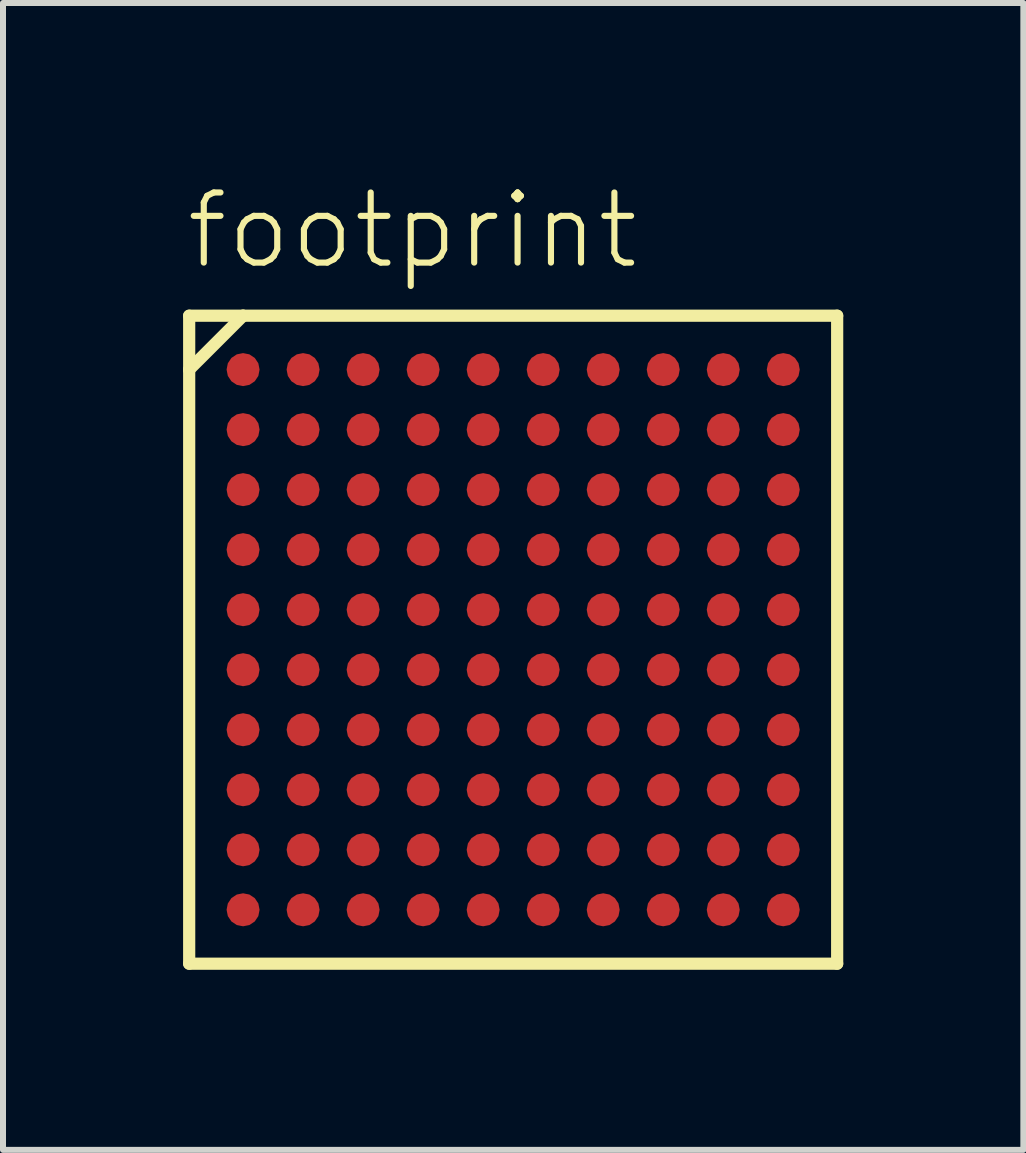
<source format=kicad_pcb>
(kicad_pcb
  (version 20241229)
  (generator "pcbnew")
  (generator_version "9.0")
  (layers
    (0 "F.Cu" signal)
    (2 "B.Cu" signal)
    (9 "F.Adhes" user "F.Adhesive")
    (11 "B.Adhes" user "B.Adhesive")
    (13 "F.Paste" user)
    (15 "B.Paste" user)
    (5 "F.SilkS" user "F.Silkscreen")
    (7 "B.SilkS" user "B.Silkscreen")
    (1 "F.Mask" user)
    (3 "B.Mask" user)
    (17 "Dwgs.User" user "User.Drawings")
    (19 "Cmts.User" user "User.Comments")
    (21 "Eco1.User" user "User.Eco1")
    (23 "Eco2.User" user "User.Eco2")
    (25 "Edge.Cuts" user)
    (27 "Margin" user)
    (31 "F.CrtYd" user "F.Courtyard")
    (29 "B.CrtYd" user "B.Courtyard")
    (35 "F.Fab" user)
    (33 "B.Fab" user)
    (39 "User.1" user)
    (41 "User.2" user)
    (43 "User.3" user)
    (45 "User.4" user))
  (footprint "footprint"
    (layer "F.Cu")
    (at 5.5 7.608)
    (property "Reference" "footprint" (at -5.5 -6.135 0) (layer "F.SilkS") (effects (font (size 1.168 1.168) (thickness 0.102)) (justify left bottom)))
    (fp_circle (center -4.5 -4.5) (end -4.388 -4.5) (stroke (width 0.225) (type solid)) (fill yes) (layer "F.Mask"))
    (fp_circle (center -4.5 -3.5) (end -4.388 -3.5) (stroke (width 0.225) (type solid)) (fill yes) (layer "F.Mask"))
    (fp_circle (center -4.5 -2.5) (end -4.388 -2.5) (stroke (width 0.225) (type solid)) (fill yes) (layer "F.Mask"))
    (fp_circle (center -4.5 -1.5) (end -4.388 -1.5) (stroke (width 0.225) (type solid)) (fill yes) (layer "F.Mask"))
    (fp_circle (center -4.5 -0.5) (end -4.388 -0.5) (stroke (width 0.225) (type solid)) (fill yes) (layer "F.Mask"))
    (fp_circle (center -4.5 0.5) (end -4.388 0.5) (stroke (width 0.225) (type solid)) (fill yes) (layer "F.Mask"))
    (fp_circle (center -4.5 1.5) (end -4.388 1.5) (stroke (width 0.225) (type solid)) (fill yes) (layer "F.Mask"))
    (fp_circle (center -4.5 2.5) (end -4.388 2.5) (stroke (width 0.225) (type solid)) (fill yes) (layer "F.Mask"))
    (fp_circle (center -4.5 3.5) (end -4.388 3.5) (stroke (width 0.225) (type solid)) (fill yes) (layer "F.Mask"))
    (fp_circle (center -4.5 4.5) (end -4.388 4.5) (stroke (width 0.225) (type solid)) (fill yes) (layer "F.Mask"))
    (fp_circle (center -3.5 -4.5) (end -3.388 -4.5) (stroke (width 0.225) (type solid)) (fill yes) (layer "F.Mask"))
    (fp_circle (center -3.5 -3.5) (end -3.388 -3.5) (stroke (width 0.225) (type solid)) (fill yes) (layer "F.Mask"))
    (fp_circle (center -3.5 -2.5) (end -3.388 -2.5) (stroke (width 0.225) (type solid)) (fill yes) (layer "F.Mask"))
    (fp_circle (center -3.5 -1.5) (end -3.388 -1.5) (stroke (width 0.225) (type solid)) (fill yes) (layer "F.Mask"))
    (fp_circle (center -3.5 -0.5) (end -3.388 -0.5) (stroke (width 0.225) (type solid)) (fill yes) (layer "F.Mask"))
    (fp_circle (center -3.5 0.5) (end -3.388 0.5) (stroke (width 0.225) (type solid)) (fill yes) (layer "F.Mask"))
    (fp_circle (center -3.5 1.5) (end -3.388 1.5) (stroke (width 0.225) (type solid)) (fill yes) (layer "F.Mask"))
    (fp_circle (center -3.5 2.5) (end -3.388 2.5) (stroke (width 0.225) (type solid)) (fill yes) (layer "F.Mask"))
    (fp_circle (center -3.5 3.5) (end -3.388 3.5) (stroke (width 0.225) (type solid)) (fill yes) (layer "F.Mask"))
    (fp_circle (center -3.5 4.5) (end -3.388 4.5) (stroke (width 0.225) (type solid)) (fill yes) (layer "F.Mask"))
    (fp_circle (center -2.5 -4.5) (end -2.388 -4.5) (stroke (width 0.225) (type solid)) (fill yes) (layer "F.Mask"))
    (fp_circle (center -2.5 -3.5) (end -2.388 -3.5) (stroke (width 0.225) (type solid)) (fill yes) (layer "F.Mask"))
    (fp_circle (center -2.5 -2.5) (end -2.388 -2.5) (stroke (width 0.225) (type solid)) (fill yes) (layer "F.Mask"))
    (fp_circle (center -2.5 -1.5) (end -2.388 -1.5) (stroke (width 0.225) (type solid)) (fill yes) (layer "F.Mask"))
    (fp_circle (center -2.5 -0.5) (end -2.388 -0.5) (stroke (width 0.225) (type solid)) (fill yes) (layer "F.Mask"))
    (fp_circle (center -2.5 0.5) (end -2.388 0.5) (stroke (width 0.225) (type solid)) (fill yes) (layer "F.Mask"))
    (fp_circle (center -2.5 1.5) (end -2.388 1.5) (stroke (width 0.225) (type solid)) (fill yes) (layer "F.Mask"))
    (fp_circle (center -2.5 2.5) (end -2.388 2.5) (stroke (width 0.225) (type solid)) (fill yes) (layer "F.Mask"))
    (fp_circle (center -2.5 3.5) (end -2.388 3.5) (stroke (width 0.225) (type solid)) (fill yes) (layer "F.Mask"))
    (fp_circle (center -2.5 4.5) (end -2.388 4.5) (stroke (width 0.225) (type solid)) (fill yes) (layer "F.Mask"))
    (fp_circle (center -1.5 -4.5) (end -1.387 -4.5) (stroke (width 0.225) (type solid)) (fill yes) (layer "F.Mask"))
    (fp_circle (center -1.5 -3.5) (end -1.387 -3.5) (stroke (width 0.225) (type solid)) (fill yes) (layer "F.Mask"))
    (fp_circle (center -1.5 -2.5) (end -1.387 -2.5) (stroke (width 0.225) (type solid)) (fill yes) (layer "F.Mask"))
    (fp_circle (center -1.5 -1.5) (end -1.387 -1.5) (stroke (width 0.225) (type solid)) (fill yes) (layer "F.Mask"))
    (fp_circle (center -1.5 -0.5) (end -1.387 -0.5) (stroke (width 0.225) (type solid)) (fill yes) (layer "F.Mask"))
    (fp_circle (center -1.5 0.5) (end -1.387 0.5) (stroke (width 0.225) (type solid)) (fill yes) (layer "F.Mask"))
    (fp_circle (center -1.5 1.5) (end -1.387 1.5) (stroke (width 0.225) (type solid)) (fill yes) (layer "F.Mask"))
    (fp_circle (center -1.5 2.5) (end -1.387 2.5) (stroke (width 0.225) (type solid)) (fill yes) (layer "F.Mask"))
    (fp_circle (center -1.5 3.5) (end -1.387 3.5) (stroke (width 0.225) (type solid)) (fill yes) (layer "F.Mask"))
    (fp_circle (center -1.5 4.5) (end -1.387 4.5) (stroke (width 0.225) (type solid)) (fill yes) (layer "F.Mask"))
    (fp_circle (center -0.5 -4.5) (end -0.388 -4.5) (stroke (width 0.225) (type solid)) (fill yes) (layer "F.Mask"))
    (fp_circle (center -0.5 -3.5) (end -0.388 -3.5) (stroke (width 0.225) (type solid)) (fill yes) (layer "F.Mask"))
    (fp_circle (center -0.5 -2.5) (end -0.388 -2.5) (stroke (width 0.225) (type solid)) (fill yes) (layer "F.Mask"))
    (fp_circle (center -0.5 -1.5) (end -0.388 -1.5) (stroke (width 0.225) (type solid)) (fill yes) (layer "F.Mask"))
    (fp_circle (center -0.5 -0.5) (end -0.388 -0.5) (stroke (width 0.225) (type solid)) (fill yes) (layer "F.Mask"))
    (fp_circle (center -0.5 0.5) (end -0.388 0.5) (stroke (width 0.225) (type solid)) (fill yes) (layer "F.Mask"))
    (fp_circle (center -0.5 1.5) (end -0.388 1.5) (stroke (width 0.225) (type solid)) (fill yes) (layer "F.Mask"))
    (fp_circle (center -0.5 2.5) (end -0.388 2.5) (stroke (width 0.225) (type solid)) (fill yes) (layer "F.Mask"))
    (fp_circle (center -0.5 3.5) (end -0.388 3.5) (stroke (width 0.225) (type solid)) (fill yes) (layer "F.Mask"))
    (fp_circle (center -0.5 4.5) (end -0.388 4.5) (stroke (width 0.225) (type solid)) (fill yes) (layer "F.Mask"))
    (fp_circle (center 0.5 -4.5) (end 0.613 -4.5) (stroke (width 0.225) (type solid)) (fill yes) (layer "F.Mask"))
    (fp_circle (center 0.5 -3.5) (end 0.613 -3.5) (stroke (width 0.225) (type solid)) (fill yes) (layer "F.Mask"))
    (fp_circle (center 0.5 -2.5) (end 0.613 -2.5) (stroke (width 0.225) (type solid)) (fill yes) (layer "F.Mask"))
    (fp_circle (center 0.5 -1.5) (end 0.613 -1.5) (stroke (width 0.225) (type solid)) (fill yes) (layer "F.Mask"))
    (fp_circle (center 0.5 -0.5) (end 0.613 -0.5) (stroke (width 0.225) (type solid)) (fill yes) (layer "F.Mask"))
    (fp_circle (center 0.5 0.5) (end 0.613 0.5) (stroke (width 0.225) (type solid)) (fill yes) (layer "F.Mask"))
    (fp_circle (center 0.5 1.5) (end 0.613 1.5) (stroke (width 0.225) (type solid)) (fill yes) (layer "F.Mask"))
    (fp_circle (center 0.5 2.5) (end 0.613 2.5) (stroke (width 0.225) (type solid)) (fill yes) (layer "F.Mask"))
    (fp_circle (center 0.5 3.5) (end 0.613 3.5) (stroke (width 0.225) (type solid)) (fill yes) (layer "F.Mask"))
    (fp_circle (center 0.5 4.5) (end 0.613 4.5) (stroke (width 0.225) (type solid)) (fill yes) (layer "F.Mask"))
    (fp_circle (center 1.5 -4.5) (end 1.613 -4.5) (stroke (width 0.225) (type solid)) (fill yes) (layer "F.Mask"))
    (fp_circle (center 1.5 -3.5) (end 1.613 -3.5) (stroke (width 0.225) (type solid)) (fill yes) (layer "F.Mask"))
    (fp_circle (center 1.5 -2.5) (end 1.613 -2.5) (stroke (width 0.225) (type solid)) (fill yes) (layer "F.Mask"))
    (fp_circle (center 1.5 -1.5) (end 1.613 -1.5) (stroke (width 0.225) (type solid)) (fill yes) (layer "F.Mask"))
    (fp_circle (center 1.5 -0.5) (end 1.613 -0.5) (stroke (width 0.225) (type solid)) (fill yes) (layer "F.Mask"))
    (fp_circle (center 1.5 0.5) (end 1.613 0.5) (stroke (width 0.225) (type solid)) (fill yes) (layer "F.Mask"))
    (fp_circle (center 1.5 1.5) (end 1.613 1.5) (stroke (width 0.225) (type solid)) (fill yes) (layer "F.Mask"))
    (fp_circle (center 1.5 2.5) (end 1.613 2.5) (stroke (width 0.225) (type solid)) (fill yes) (layer "F.Mask"))
    (fp_circle (center 1.5 3.5) (end 1.613 3.5) (stroke (width 0.225) (type solid)) (fill yes) (layer "F.Mask"))
    (fp_circle (center 1.5 4.5) (end 1.613 4.5) (stroke (width 0.225) (type solid)) (fill yes) (layer "F.Mask"))
    (fp_circle (center 2.5 -4.5) (end 2.612 -4.5) (stroke (width 0.225) (type solid)) (fill yes) (layer "F.Mask"))
    (fp_circle (center 2.5 -3.5) (end 2.612 -3.5) (stroke (width 0.225) (type solid)) (fill yes) (layer "F.Mask"))
    (fp_circle (center 2.5 -2.5) (end 2.612 -2.5) (stroke (width 0.225) (type solid)) (fill yes) (layer "F.Mask"))
    (fp_circle (center 2.5 -1.5) (end 2.612 -1.5) (stroke (width 0.225) (type solid)) (fill yes) (layer "F.Mask"))
    (fp_circle (center 2.5 -0.5) (end 2.612 -0.5) (stroke (width 0.225) (type solid)) (fill yes) (layer "F.Mask"))
    (fp_circle (center 2.5 0.5) (end 2.612 0.5) (stroke (width 0.225) (type solid)) (fill yes) (layer "F.Mask"))
    (fp_circle (center 2.5 1.5) (end 2.612 1.5) (stroke (width 0.225) (type solid)) (fill yes) (layer "F.Mask"))
    (fp_circle (center 2.5 2.5) (end 2.612 2.5) (stroke (width 0.225) (type solid)) (fill yes) (layer "F.Mask"))
    (fp_circle (center 2.5 3.5) (end 2.612 3.5) (stroke (width 0.225) (type solid)) (fill yes) (layer "F.Mask"))
    (fp_circle (center 2.5 4.5) (end 2.612 4.5) (stroke (width 0.225) (type solid)) (fill yes) (layer "F.Mask"))
    (fp_circle (center 3.5 -4.5) (end 3.612 -4.5) (stroke (width 0.225) (type solid)) (fill yes) (layer "F.Mask"))
    (fp_circle (center 3.5 -3.5) (end 3.612 -3.5) (stroke (width 0.225) (type solid)) (fill yes) (layer "F.Mask"))
    (fp_circle (center 3.5 -2.5) (end 3.612 -2.5) (stroke (width 0.225) (type solid)) (fill yes) (layer "F.Mask"))
    (fp_circle (center 3.5 -1.5) (end 3.612 -1.5) (stroke (width 0.225) (type solid)) (fill yes) (layer "F.Mask"))
    (fp_circle (center 3.5 -0.5) (end 3.612 -0.5) (stroke (width 0.225) (type solid)) (fill yes) (layer "F.Mask"))
    (fp_circle (center 3.5 0.5) (end 3.612 0.5) (stroke (width 0.225) (type solid)) (fill yes) (layer "F.Mask"))
    (fp_circle (center 3.5 1.5) (end 3.612 1.5) (stroke (width 0.225) (type solid)) (fill yes) (layer "F.Mask"))
    (fp_circle (center 3.5 2.5) (end 3.612 2.5) (stroke (width 0.225) (type solid)) (fill yes) (layer "F.Mask"))
    (fp_circle (center 3.5 3.5) (end 3.612 3.5) (stroke (width 0.225) (type solid)) (fill yes) (layer "F.Mask"))
    (fp_circle (center 3.5 4.5) (end 3.612 4.5) (stroke (width 0.225) (type solid)) (fill yes) (layer "F.Mask"))
    (fp_circle (center 4.5 -4.5) (end 4.612 -4.5) (stroke (width 0.225) (type solid)) (fill yes) (layer "F.Mask"))
    (fp_circle (center 4.5 -3.5) (end 4.612 -3.5) (stroke (width 0.225) (type solid)) (fill yes) (layer "F.Mask"))
    (fp_circle (center 4.5 -2.5) (end 4.612 -2.5) (stroke (width 0.225) (type solid)) (fill yes) (layer "F.Mask"))
    (fp_circle (center 4.5 -1.5) (end 4.612 -1.5) (stroke (width 0.225) (type solid)) (fill yes) (layer "F.Mask"))
    (fp_circle (center 4.5 -0.5) (end 4.612 -0.5) (stroke (width 0.225) (type solid)) (fill yes) (layer "F.Mask"))
    (fp_circle (center 4.5 0.5) (end 4.612 0.5) (stroke (width 0.225) (type solid)) (fill yes) (layer "F.Mask"))
    (fp_circle (center 4.5 1.5) (end 4.612 1.5) (stroke (width 0.225) (type solid)) (fill yes) (layer "F.Mask"))
    (fp_circle (center 4.5 2.5) (end 4.612 2.5) (stroke (width 0.225) (type solid)) (fill yes) (layer "F.Mask"))
    (fp_circle (center 4.5 3.5) (end 4.612 3.5) (stroke (width 0.225) (type solid)) (fill yes) (layer "F.Mask"))
    (fp_circle (center 4.5 4.5) (end 4.612 4.5) (stroke (width 0.225) (type solid)) (fill yes) (layer "F.Mask"))
    (fp_line (start -5.398 -5.398) (end -5.398 -4.5) (stroke (width 0.203) (type solid)) (layer "F.SilkS"))
    (fp_line (start -5.398 -4.5) (end -5.398 5.398) (stroke (width 0.203) (type solid)) (layer "F.SilkS"))
    (fp_line (start -5.398 -4.5) (end -4.5 -5.398) (stroke (width 0.203) (type solid)) (layer "F.SilkS"))
    (fp_line (start -5.398 5.398) (end 5.398 5.398) (stroke (width 0.203) (type solid)) (layer "F.SilkS"))
    (fp_line (start -4.5 -5.398) (end -5.398 -5.398) (stroke (width 0.203) (type solid)) (layer "F.SilkS"))
    (fp_line (start 5.398 -5.398) (end -4.5 -5.398) (stroke (width 0.203) (type solid)) (layer "F.SilkS"))
    (fp_line (start 5.398 5.398) (end 5.398 -5.398) (stroke (width 0.203) (type solid)) (layer "F.SilkS"))
    (pad "A1" smd roundrect (at -4.5 -4.5) (size 0.55 0.55) (layers "F.Cu") (roundrect_rratio 0.5))
    (pad "A2" smd roundrect (at -3.5 -4.5) (size 0.55 0.55) (layers "F.Cu") (roundrect_rratio 0.5))
    (pad "A3" smd roundrect (at -2.5 -4.5) (size 0.55 0.55) (layers "F.Cu") (roundrect_rratio 0.5))
    (pad "A4" smd roundrect (at -1.5 -4.5) (size 0.55 0.55) (layers "F.Cu") (roundrect_rratio 0.5))
    (pad "A5" smd roundrect (at -0.5 -4.5) (size 0.55 0.55) (layers "F.Cu") (roundrect_rratio 0.5))
    (pad "A6" smd roundrect (at 0.5 -4.5) (size 0.55 0.55) (layers "F.Cu") (roundrect_rratio 0.5))
    (pad "A7" smd roundrect (at 1.5 -4.5) (size 0.55 0.55) (layers "F.Cu") (roundrect_rratio 0.5))
    (pad "A8" smd roundrect (at 2.5 -4.5) (size 0.55 0.55) (layers "F.Cu") (roundrect_rratio 0.5))
    (pad "A9" smd roundrect (at 3.5 -4.5) (size 0.55 0.55) (layers "F.Cu") (roundrect_rratio 0.5))
    (pad "A10" smd roundrect (at 4.5 -4.5) (size 0.55 0.55) (layers "F.Cu") (roundrect_rratio 0.5))
    (pad "B1" smd roundrect (at -4.5 -3.5) (size 0.55 0.55) (layers "F.Cu") (roundrect_rratio 0.5))
    (pad "B2" smd roundrect (at -3.5 -3.5) (size 0.55 0.55) (layers "F.Cu") (roundrect_rratio 0.5))
    (pad "B3" smd roundrect (at -2.5 -3.5) (size 0.55 0.55) (layers "F.Cu") (roundrect_rratio 0.5))
    (pad "B4" smd roundrect (at -1.5 -3.5) (size 0.55 0.55) (layers "F.Cu") (roundrect_rratio 0.5))
    (pad "B5" smd roundrect (at -0.5 -3.5) (size 0.55 0.55) (layers "F.Cu") (roundrect_rratio 0.5))
    (pad "B6" smd roundrect (at 0.5 -3.5) (size 0.55 0.55) (layers "F.Cu") (roundrect_rratio 0.5))
    (pad "B7" smd roundrect (at 1.5 -3.5) (size 0.55 0.55) (layers "F.Cu") (roundrect_rratio 0.5))
    (pad "B8" smd roundrect (at 2.5 -3.5) (size 0.55 0.55) (layers "F.Cu") (roundrect_rratio 0.5))
    (pad "B9" smd roundrect (at 3.5 -3.5) (size 0.55 0.55) (layers "F.Cu") (roundrect_rratio 0.5))
    (pad "B10" smd roundrect (at 4.5 -3.5) (size 0.55 0.55) (layers "F.Cu") (roundrect_rratio 0.5))
    (pad "C1" smd roundrect (at -4.5 -2.5) (size 0.55 0.55) (layers "F.Cu") (roundrect_rratio 0.5))
    (pad "C2" smd roundrect (at -3.5 -2.5) (size 0.55 0.55) (layers "F.Cu") (roundrect_rratio 0.5))
    (pad "C3" smd roundrect (at -2.5 -2.5) (size 0.55 0.55) (layers "F.Cu") (roundrect_rratio 0.5))
    (pad "C4" smd roundrect (at -1.5 -2.5) (size 0.55 0.55) (layers "F.Cu") (roundrect_rratio 0.5))
    (pad "C5" smd roundrect (at -0.5 -2.5) (size 0.55 0.55) (layers "F.Cu") (roundrect_rratio 0.5))
    (pad "C6" smd roundrect (at 0.5 -2.5) (size 0.55 0.55) (layers "F.Cu") (roundrect_rratio 0.5))
    (pad "C7" smd roundrect (at 1.5 -2.5) (size 0.55 0.55) (layers "F.Cu") (roundrect_rratio 0.5))
    (pad "C8" smd roundrect (at 2.5 -2.5) (size 0.55 0.55) (layers "F.Cu") (roundrect_rratio 0.5))
    (pad "C9" smd roundrect (at 3.5 -2.5) (size 0.55 0.55) (layers "F.Cu") (roundrect_rratio 0.5))
    (pad "C10" smd roundrect (at 4.5 -2.5) (size 0.55 0.55) (layers "F.Cu") (roundrect_rratio 0.5))
    (pad "D1" smd roundrect (at -4.5 -1.5) (size 0.55 0.55) (layers "F.Cu") (roundrect_rratio 0.5))
    (pad "D2" smd roundrect (at -3.5 -1.5) (size 0.55 0.55) (layers "F.Cu") (roundrect_rratio 0.5))
    (pad "D3" smd roundrect (at -2.5 -1.5) (size 0.55 0.55) (layers "F.Cu") (roundrect_rratio 0.5))
    (pad "D4" smd roundrect (at -1.5 -1.5) (size 0.55 0.55) (layers "F.Cu") (roundrect_rratio 0.5))
    (pad "D5" smd roundrect (at -0.5 -1.5) (size 0.55 0.55) (layers "F.Cu") (roundrect_rratio 0.5))
    (pad "D6" smd roundrect (at 0.5 -1.5) (size 0.55 0.55) (layers "F.Cu") (roundrect_rratio 0.5))
    (pad "D7" smd roundrect (at 1.5 -1.5) (size 0.55 0.55) (layers "F.Cu") (roundrect_rratio 0.5))
    (pad "D8" smd roundrect (at 2.5 -1.5) (size 0.55 0.55) (layers "F.Cu") (roundrect_rratio 0.5))
    (pad "D9" smd roundrect (at 3.5 -1.5) (size 0.55 0.55) (layers "F.Cu") (roundrect_rratio 0.5))
    (pad "D10" smd roundrect (at 4.5 -1.5) (size 0.55 0.55) (layers "F.Cu") (roundrect_rratio 0.5))
    (pad "E1" smd roundrect (at -4.5 -0.5) (size 0.55 0.55) (layers "F.Cu") (roundrect_rratio 0.5))
    (pad "E2" smd roundrect (at -3.5 -0.5) (size 0.55 0.55) (layers "F.Cu") (roundrect_rratio 0.5))
    (pad "E3" smd roundrect (at -2.5 -0.5) (size 0.55 0.55) (layers "F.Cu") (roundrect_rratio 0.5))
    (pad "E4" smd roundrect (at -1.5 -0.5) (size 0.55 0.55) (layers "F.Cu") (roundrect_rratio 0.5))
    (pad "E5" smd roundrect (at -0.5 -0.5) (size 0.55 0.55) (layers "F.Cu") (roundrect_rratio 0.5))
    (pad "E6" smd roundrect (at 0.5 -0.5) (size 0.55 0.55) (layers "F.Cu") (roundrect_rratio 0.5))
    (pad "E7" smd roundrect (at 1.5 -0.5) (size 0.55 0.55) (layers "F.Cu") (roundrect_rratio 0.5))
    (pad "E8" smd roundrect (at 2.5 -0.5) (size 0.55 0.55) (layers "F.Cu") (roundrect_rratio 0.5))
    (pad "E9" smd roundrect (at 3.5 -0.5) (size 0.55 0.55) (layers "F.Cu") (roundrect_rratio 0.5))
    (pad "E10" smd roundrect (at 4.5 -0.5) (size 0.55 0.55) (layers "F.Cu") (roundrect_rratio 0.5))
    (pad "F1" smd roundrect (at -4.5 0.5) (size 0.55 0.55) (layers "F.Cu") (roundrect_rratio 0.5))
    (pad "F2" smd roundrect (at -3.5 0.5) (size 0.55 0.55) (layers "F.Cu") (roundrect_rratio 0.5))
    (pad "F3" smd roundrect (at -2.5 0.5) (size 0.55 0.55) (layers "F.Cu") (roundrect_rratio 0.5))
    (pad "F4" smd roundrect (at -1.5 0.5) (size 0.55 0.55) (layers "F.Cu") (roundrect_rratio 0.5))
    (pad "F5" smd roundrect (at -0.5 0.5) (size 0.55 0.55) (layers "F.Cu") (roundrect_rratio 0.5))
    (pad "F6" smd roundrect (at 0.5 0.5) (size 0.55 0.55) (layers "F.Cu") (roundrect_rratio 0.5))
    (pad "F7" smd roundrect (at 1.5 0.5) (size 0.55 0.55) (layers "F.Cu") (roundrect_rratio 0.5))
    (pad "F8" smd roundrect (at 2.5 0.5) (size 0.55 0.55) (layers "F.Cu") (roundrect_rratio 0.5))
    (pad "F9" smd roundrect (at 3.5 0.5) (size 0.55 0.55) (layers "F.Cu") (roundrect_rratio 0.5))
    (pad "F10" smd roundrect (at 4.5 0.5) (size 0.55 0.55) (layers "F.Cu") (roundrect_rratio 0.5))
    (pad "G1" smd roundrect (at -4.5 1.5) (size 0.55 0.55) (layers "F.Cu") (roundrect_rratio 0.5))
    (pad "G2" smd roundrect (at -3.5 1.5) (size 0.55 0.55) (layers "F.Cu") (roundrect_rratio 0.5))
    (pad "G3" smd roundrect (at -2.5 1.5) (size 0.55 0.55) (layers "F.Cu") (roundrect_rratio 0.5))
    (pad "G4" smd roundrect (at -1.5 1.5) (size 0.55 0.55) (layers "F.Cu") (roundrect_rratio 0.5))
    (pad "G5" smd roundrect (at -0.5 1.5) (size 0.55 0.55) (layers "F.Cu") (roundrect_rratio 0.5))
    (pad "G6" smd roundrect (at 0.5 1.5) (size 0.55 0.55) (layers "F.Cu") (roundrect_rratio 0.5))
    (pad "G7" smd roundrect (at 1.5 1.5) (size 0.55 0.55) (layers "F.Cu") (roundrect_rratio 0.5))
    (pad "G8" smd roundrect (at 2.5 1.5) (size 0.55 0.55) (layers "F.Cu") (roundrect_rratio 0.5))
    (pad "G9" smd roundrect (at 3.5 1.5) (size 0.55 0.55) (layers "F.Cu") (roundrect_rratio 0.5))
    (pad "G10" smd roundrect (at 4.5 1.5) (size 0.55 0.55) (layers "F.Cu") (roundrect_rratio 0.5))
    (pad "H1" smd roundrect (at -4.5 2.5) (size 0.55 0.55) (layers "F.Cu") (roundrect_rratio 0.5))
    (pad "H2" smd roundrect (at -3.5 2.5) (size 0.55 0.55) (layers "F.Cu") (roundrect_rratio 0.5))
    (pad "H3" smd roundrect (at -2.5 2.5) (size 0.55 0.55) (layers "F.Cu") (roundrect_rratio 0.5))
    (pad "H4" smd roundrect (at -1.5 2.5) (size 0.55 0.55) (layers "F.Cu") (roundrect_rratio 0.5))
    (pad "H5" smd roundrect (at -0.5 2.5) (size 0.55 0.55) (layers "F.Cu") (roundrect_rratio 0.5))
    (pad "H6" smd roundrect (at 0.5 2.5) (size 0.55 0.55) (layers "F.Cu") (roundrect_rratio 0.5))
    (pad "H7" smd roundrect (at 1.5 2.5) (size 0.55 0.55) (layers "F.Cu") (roundrect_rratio 0.5))
    (pad "H8" smd roundrect (at 2.5 2.5) (size 0.55 0.55) (layers "F.Cu") (roundrect_rratio 0.5))
    (pad "H9" smd roundrect (at 3.5 2.5) (size 0.55 0.55) (layers "F.Cu") (roundrect_rratio 0.5))
    (pad "H10" smd roundrect (at 4.5 2.5) (size 0.55 0.55) (layers "F.Cu") (roundrect_rratio 0.5))
    (pad "J1" smd roundrect (at -4.5 3.5) (size 0.55 0.55) (layers "F.Cu") (roundrect_rratio 0.5))
    (pad "J2" smd roundrect (at -3.5 3.5) (size 0.55 0.55) (layers "F.Cu") (roundrect_rratio 0.5))
    (pad "J3" smd roundrect (at -2.5 3.5) (size 0.55 0.55) (layers "F.Cu") (roundrect_rratio 0.5))
    (pad "J4" smd roundrect (at -1.5 3.5) (size 0.55 0.55) (layers "F.Cu") (roundrect_rratio 0.5))
    (pad "J5" smd roundrect (at -0.5 3.5) (size 0.55 0.55) (layers "F.Cu") (roundrect_rratio 0.5))
    (pad "J6" smd roundrect (at 0.5 3.5) (size 0.55 0.55) (layers "F.Cu") (roundrect_rratio 0.5))
    (pad "J7" smd roundrect (at 1.5 3.5) (size 0.55 0.55) (layers "F.Cu") (roundrect_rratio 0.5))
    (pad "J8" smd roundrect (at 2.5 3.5) (size 0.55 0.55) (layers "F.Cu") (roundrect_rratio 0.5))
    (pad "J9" smd roundrect (at 3.5 3.5) (size 0.55 0.55) (layers "F.Cu") (roundrect_rratio 0.5))
    (pad "J10" smd roundrect (at 4.5 3.5) (size 0.55 0.55) (layers "F.Cu") (roundrect_rratio 0.5))
    (pad "K1" smd roundrect (at -4.5 4.5) (size 0.55 0.55) (layers "F.Cu") (roundrect_rratio 0.5))
    (pad "K2" smd roundrect (at -3.5 4.5) (size 0.55 0.55) (layers "F.Cu") (roundrect_rratio 0.5))
    (pad "K3" smd roundrect (at -2.5 4.5) (size 0.55 0.55) (layers "F.Cu") (roundrect_rratio 0.5))
    (pad "K4" smd roundrect (at -1.5 4.5) (size 0.55 0.55) (layers "F.Cu") (roundrect_rratio 0.5))
    (pad "K5" smd roundrect (at -0.5 4.5) (size 0.55 0.55) (layers "F.Cu") (roundrect_rratio 0.5))
    (pad "K6" smd roundrect (at 0.5 4.5) (size 0.55 0.55) (layers "F.Cu") (roundrect_rratio 0.5))
    (pad "K7" smd roundrect (at 1.5 4.5) (size 0.55 0.55) (layers "F.Cu") (roundrect_rratio 0.5))
    (pad "K8" smd roundrect (at 2.5 4.5) (size 0.55 0.55) (layers "F.Cu") (roundrect_rratio 0.5))
    (pad "K9" smd roundrect (at 3.5 4.5) (size 0.55 0.55) (layers "F.Cu") (roundrect_rratio 0.5))
    (pad "K10" smd roundrect (at 4.5 4.5) (size 0.55 0.55) (layers "F.Cu") (roundrect_rratio 0.5)))
  (gr_rect
    (start -3 -3)
    (end 14 16.108)
    (stroke (width 0.1) (type default))
    (fill no)
    (layer "Edge.Cuts")))
</source>
